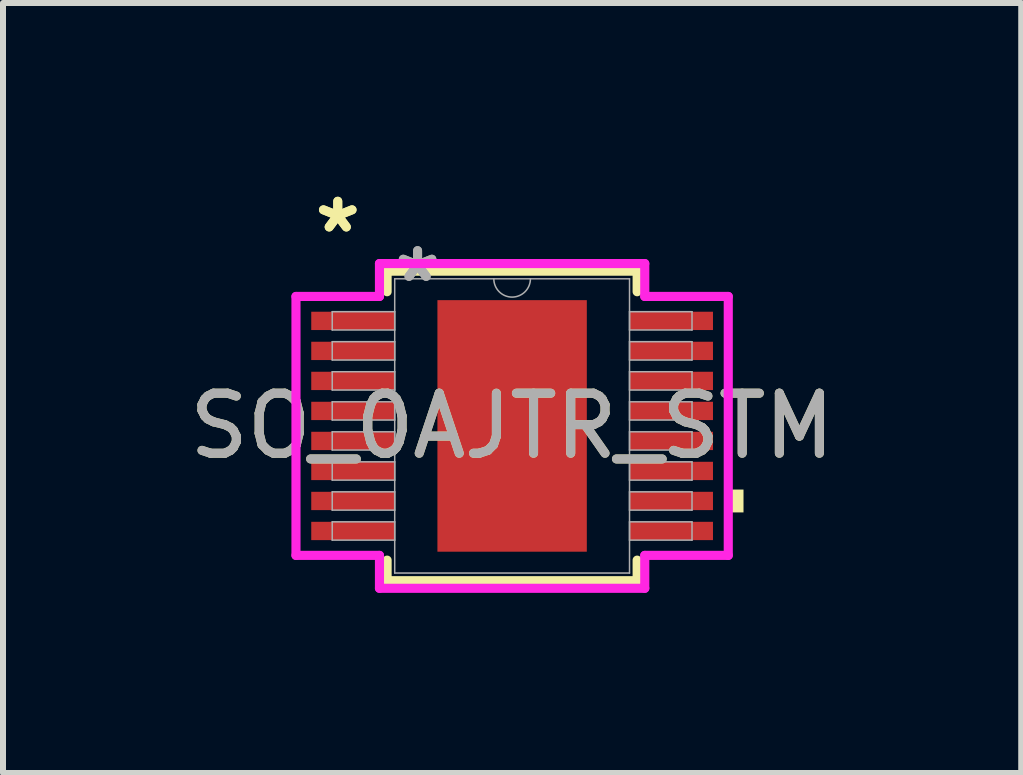
<source format=kicad_pcb>
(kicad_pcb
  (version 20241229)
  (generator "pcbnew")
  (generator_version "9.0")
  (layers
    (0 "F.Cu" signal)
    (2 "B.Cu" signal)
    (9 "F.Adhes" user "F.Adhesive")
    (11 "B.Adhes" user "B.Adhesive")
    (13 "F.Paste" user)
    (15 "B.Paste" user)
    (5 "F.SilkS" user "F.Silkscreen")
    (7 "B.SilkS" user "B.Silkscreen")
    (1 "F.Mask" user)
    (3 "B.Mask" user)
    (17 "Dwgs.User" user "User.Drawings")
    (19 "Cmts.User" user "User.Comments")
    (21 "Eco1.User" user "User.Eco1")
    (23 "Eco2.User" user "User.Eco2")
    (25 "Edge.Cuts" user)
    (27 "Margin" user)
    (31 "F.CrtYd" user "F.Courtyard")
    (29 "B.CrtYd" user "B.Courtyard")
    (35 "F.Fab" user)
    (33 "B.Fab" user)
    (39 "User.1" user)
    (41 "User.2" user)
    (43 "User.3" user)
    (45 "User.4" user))
  (footprint "SO_0AJTR_STM"
    (layer "F.Cu")
    (at 5.482 4.046)
    (property "Reference" "SO_0AJTR_STM" (at 0 0 0) (unlocked yes) (layer "F.SilkS") (effects (font (size 1 1) (thickness 0.15))))
    (attr smd)
    (fp_line (start -2.083 -2.578) (end -2.083 -2.236) (stroke (width 0.152) (type solid)) (layer "F.SilkS"))
    (fp_line (start -2.083 2.236) (end -2.083 2.578) (stroke (width 0.152) (type solid)) (layer "F.SilkS"))
    (fp_line (start -2.083 2.578) (end 2.083 2.578) (stroke (width 0.152) (type solid)) (layer "F.SilkS"))
    (fp_line (start 2.083 -2.578) (end -2.083 -2.578) (stroke (width 0.152) (type solid)) (layer "F.SilkS"))
    (fp_line (start 2.083 -2.236) (end 2.083 -2.578) (stroke (width 0.152) (type solid)) (layer "F.SilkS"))
    (fp_line (start 2.083 2.578) (end 2.083 2.236) (stroke (width 0.152) (type solid)) (layer "F.SilkS"))
    (fp_poly (pts (xy 3.855 1.06) (xy 3.855 1.441) (xy 3.601 1.441) (xy 3.601 1.06)) (stroke (width 0) (type solid)) (fill yes) (layer "F.SilkS"))
    (fp_poly (pts (xy -1.145 -1.996) (xy -1.145 -0.798) (xy 1.145 -0.798) (xy 1.145 -1.996)) (stroke (width 0) (type solid)) (fill yes) (layer "F.Paste"))
    (fp_poly (pts (xy -1.145 -0.599) (xy -1.145 0.599) (xy 1.145 0.599) (xy 1.145 -0.599)) (stroke (width 0) (type solid)) (fill yes) (layer "F.Paste"))
    (fp_poly (pts (xy -1.145 0.798) (xy -1.145 1.996) (xy 1.145 1.996) (xy 1.145 0.798)) (stroke (width 0) (type solid)) (fill yes) (layer "F.Paste"))
    (fp_line (start -3.601 -2.157) (end -2.21 -2.157) (stroke (width 0.152) (type solid)) (layer "F.CrtYd"))
    (fp_line (start -3.601 2.157) (end -3.601 -2.157) (stroke (width 0.152) (type solid)) (layer "F.CrtYd"))
    (fp_line (start -3.601 2.157) (end -2.21 2.157) (stroke (width 0.152) (type solid)) (layer "F.CrtYd"))
    (fp_line (start -2.21 -2.705) (end 2.21 -2.705) (stroke (width 0.152) (type solid)) (layer "F.CrtYd"))
    (fp_line (start -2.21 -2.157) (end -2.21 -2.705) (stroke (width 0.152) (type solid)) (layer "F.CrtYd"))
    (fp_line (start -2.21 2.705) (end -2.21 2.157) (stroke (width 0.152) (type solid)) (layer "F.CrtYd"))
    (fp_line (start 2.21 -2.705) (end 2.21 -2.157) (stroke (width 0.152) (type solid)) (layer "F.CrtYd"))
    (fp_line (start 2.21 2.157) (end 2.21 2.705) (stroke (width 0.152) (type solid)) (layer "F.CrtYd"))
    (fp_line (start 2.21 2.705) (end -2.21 2.705) (stroke (width 0.152) (type solid)) (layer "F.CrtYd"))
    (fp_line (start 3.601 -2.157) (end 2.21 -2.157) (stroke (width 0.152) (type solid)) (layer "F.CrtYd"))
    (fp_line (start 3.601 -2.157) (end 3.601 2.157) (stroke (width 0.152) (type solid)) (layer "F.CrtYd"))
    (fp_line (start 3.601 2.157) (end 2.21 2.157) (stroke (width 0.152) (type solid)) (layer "F.CrtYd"))
    (fp_line (start -2.997 -1.903) (end -2.997 -1.598) (stroke (width 0.025) (type solid)) (layer "F.Fab"))
    (fp_line (start -2.997 -1.598) (end -1.956 -1.598) (stroke (width 0.025) (type solid)) (layer "F.Fab"))
    (fp_line (start -2.997 -1.403) (end -2.997 -1.098) (stroke (width 0.025) (type solid)) (layer "F.Fab"))
    (fp_line (start -2.997 -1.098) (end -1.956 -1.098) (stroke (width 0.025) (type solid)) (layer "F.Fab"))
    (fp_line (start -2.997 -0.903) (end -2.997 -0.598) (stroke (width 0.025) (type solid)) (layer "F.Fab"))
    (fp_line (start -2.997 -0.598) (end -1.956 -0.598) (stroke (width 0.025) (type solid)) (layer "F.Fab"))
    (fp_line (start -2.997 -0.402) (end -2.997 -0.098) (stroke (width 0.025) (type solid)) (layer "F.Fab"))
    (fp_line (start -2.997 -0.098) (end -1.956 -0.098) (stroke (width 0.025) (type solid)) (layer "F.Fab"))
    (fp_line (start -2.997 0.098) (end -2.997 0.402) (stroke (width 0.025) (type solid)) (layer "F.Fab"))
    (fp_line (start -2.997 0.402) (end -1.956 0.402) (stroke (width 0.025) (type solid)) (layer "F.Fab"))
    (fp_line (start -2.997 0.598) (end -2.997 0.903) (stroke (width 0.025) (type solid)) (layer "F.Fab"))
    (fp_line (start -2.997 0.903) (end -1.956 0.903) (stroke (width 0.025) (type solid)) (layer "F.Fab"))
    (fp_line (start -2.997 1.098) (end -2.997 1.403) (stroke (width 0.025) (type solid)) (layer "F.Fab"))
    (fp_line (start -2.997 1.403) (end -1.956 1.403) (stroke (width 0.025) (type solid)) (layer "F.Fab"))
    (fp_line (start -2.997 1.598) (end -2.997 1.903) (stroke (width 0.025) (type solid)) (layer "F.Fab"))
    (fp_line (start -2.997 1.903) (end -1.956 1.903) (stroke (width 0.025) (type solid)) (layer "F.Fab"))
    (fp_line (start -1.956 -2.451) (end -1.956 2.451) (stroke (width 0.025) (type solid)) (layer "F.Fab"))
    (fp_line (start -1.956 -1.903) (end -2.997 -1.903) (stroke (width 0.025) (type solid)) (layer "F.Fab"))
    (fp_line (start -1.956 -1.598) (end -1.956 -1.903) (stroke (width 0.025) (type solid)) (layer "F.Fab"))
    (fp_line (start -1.956 -1.403) (end -2.997 -1.403) (stroke (width 0.025) (type solid)) (layer "F.Fab"))
    (fp_line (start -1.956 -1.098) (end -1.956 -1.403) (stroke (width 0.025) (type solid)) (layer "F.Fab"))
    (fp_line (start -1.956 -0.903) (end -2.997 -0.903) (stroke (width 0.025) (type solid)) (layer "F.Fab"))
    (fp_line (start -1.956 -0.598) (end -1.956 -0.903) (stroke (width 0.025) (type solid)) (layer "F.Fab"))
    (fp_line (start -1.956 -0.402) (end -2.997 -0.402) (stroke (width 0.025) (type solid)) (layer "F.Fab"))
    (fp_line (start -1.956 -0.098) (end -1.956 -0.402) (stroke (width 0.025) (type solid)) (layer "F.Fab"))
    (fp_line (start -1.956 0.098) (end -2.997 0.098) (stroke (width 0.025) (type solid)) (layer "F.Fab"))
    (fp_line (start -1.956 0.402) (end -1.956 0.098) (stroke (width 0.025) (type solid)) (layer "F.Fab"))
    (fp_line (start -1.956 0.598) (end -2.997 0.598) (stroke (width 0.025) (type solid)) (layer "F.Fab"))
    (fp_line (start -1.956 0.903) (end -1.956 0.598) (stroke (width 0.025) (type solid)) (layer "F.Fab"))
    (fp_line (start -1.956 1.098) (end -2.997 1.098) (stroke (width 0.025) (type solid)) (layer "F.Fab"))
    (fp_line (start -1.956 1.403) (end -1.956 1.098) (stroke (width 0.025) (type solid)) (layer "F.Fab"))
    (fp_line (start -1.956 1.598) (end -2.997 1.598) (stroke (width 0.025) (type solid)) (layer "F.Fab"))
    (fp_line (start -1.956 1.903) (end -1.956 1.598) (stroke (width 0.025) (type solid)) (layer "F.Fab"))
    (fp_line (start -1.956 2.451) (end 1.956 2.451) (stroke (width 0.025) (type solid)) (layer "F.Fab"))
    (fp_line (start 1.956 -2.451) (end -1.956 -2.451) (stroke (width 0.025) (type solid)) (layer "F.Fab"))
    (fp_line (start 1.956 -1.903) (end 1.956 -1.598) (stroke (width 0.025) (type solid)) (layer "F.Fab"))
    (fp_line (start 1.956 -1.598) (end 2.997 -1.598) (stroke (width 0.025) (type solid)) (layer "F.Fab"))
    (fp_line (start 1.956 -1.403) (end 1.956 -1.098) (stroke (width 0.025) (type solid)) (layer "F.Fab"))
    (fp_line (start 1.956 -1.098) (end 2.997 -1.098) (stroke (width 0.025) (type solid)) (layer "F.Fab"))
    (fp_line (start 1.956 -0.903) (end 1.956 -0.598) (stroke (width 0.025) (type solid)) (layer "F.Fab"))
    (fp_line (start 1.956 -0.598) (end 2.997 -0.598) (stroke (width 0.025) (type solid)) (layer "F.Fab"))
    (fp_line (start 1.956 -0.402) (end 1.956 -0.098) (stroke (width 0.025) (type solid)) (layer "F.Fab"))
    (fp_line (start 1.956 -0.098) (end 2.997 -0.098) (stroke (width 0.025) (type solid)) (layer "F.Fab"))
    (fp_line (start 1.956 0.098) (end 1.956 0.402) (stroke (width 0.025) (type solid)) (layer "F.Fab"))
    (fp_line (start 1.956 0.402) (end 2.997 0.402) (stroke (width 0.025) (type solid)) (layer "F.Fab"))
    (fp_line (start 1.956 0.598) (end 1.956 0.903) (stroke (width 0.025) (type solid)) (layer "F.Fab"))
    (fp_line (start 1.956 0.903) (end 2.997 0.903) (stroke (width 0.025) (type solid)) (layer "F.Fab"))
    (fp_line (start 1.956 1.098) (end 1.956 1.403) (stroke (width 0.025) (type solid)) (layer "F.Fab"))
    (fp_line (start 1.956 1.403) (end 2.997 1.403) (stroke (width 0.025) (type solid)) (layer "F.Fab"))
    (fp_line (start 1.956 1.598) (end 1.956 1.903) (stroke (width 0.025) (type solid)) (layer "F.Fab"))
    (fp_line (start 1.956 1.903) (end 2.997 1.903) (stroke (width 0.025) (type solid)) (layer "F.Fab"))
    (fp_line (start 1.956 2.451) (end 1.956 -2.451) (stroke (width 0.025) (type solid)) (layer "F.Fab"))
    (fp_line (start 2.997 -1.903) (end 1.956 -1.903) (stroke (width 0.025) (type solid)) (layer "F.Fab"))
    (fp_line (start 2.997 -1.598) (end 2.997 -1.903) (stroke (width 0.025) (type solid)) (layer "F.Fab"))
    (fp_line (start 2.997 -1.403) (end 1.956 -1.403) (stroke (width 0.025) (type solid)) (layer "F.Fab"))
    (fp_line (start 2.997 -1.098) (end 2.997 -1.403) (stroke (width 0.025) (type solid)) (layer "F.Fab"))
    (fp_line (start 2.997 -0.903) (end 1.956 -0.903) (stroke (width 0.025) (type solid)) (layer "F.Fab"))
    (fp_line (start 2.997 -0.598) (end 2.997 -0.903) (stroke (width 0.025) (type solid)) (layer "F.Fab"))
    (fp_line (start 2.997 -0.402) (end 1.956 -0.402) (stroke (width 0.025) (type solid)) (layer "F.Fab"))
    (fp_line (start 2.997 -0.098) (end 2.997 -0.402) (stroke (width 0.025) (type solid)) (layer "F.Fab"))
    (fp_line (start 2.997 0.098) (end 1.956 0.098) (stroke (width 0.025) (type solid)) (layer "F.Fab"))
    (fp_line (start 2.997 0.402) (end 2.997 0.098) (stroke (width 0.025) (type solid)) (layer "F.Fab"))
    (fp_line (start 2.997 0.598) (end 1.956 0.598) (stroke (width 0.025) (type solid)) (layer "F.Fab"))
    (fp_line (start 2.997 0.903) (end 2.997 0.598) (stroke (width 0.025) (type solid)) (layer "F.Fab"))
    (fp_line (start 2.997 1.098) (end 1.956 1.098) (stroke (width 0.025) (type solid)) (layer "F.Fab"))
    (fp_line (start 2.997 1.403) (end 2.997 1.098) (stroke (width 0.025) (type solid)) (layer "F.Fab"))
    (fp_line (start 2.997 1.598) (end 1.956 1.598) (stroke (width 0.025) (type solid)) (layer "F.Fab"))
    (fp_line (start 2.997 1.903) (end 2.997 1.598) (stroke (width 0.025) (type solid)) (layer "F.Fab"))
    (fp_arc (start 0.3048 -2.4511) (mid 0 -2.1463) (end -0.3048 -2.4511) (stroke (width 0.0254) (type solid)) (layer "F.Fab"))
    (fp_text user "*" (at -2.905 -3.198 0) (unlocked yes) (layer "F.SilkS") (effects (font (size 1 1) (thickness 0.15))))
    (fp_text user "*" (at -2.905 -3.198 0) (layer "F.SilkS") (effects (font (size 1 1) (thickness 0.15))))
    (fp_text user "${REFERENCE}" (at 0 0 0) (unlocked yes) (layer "F.Fab") (effects (font (size 1 1) (thickness 0.15))))
    (fp_text user "*" (at -1.575 -2.375 0) (unlocked yes) (layer "F.Fab") (effects (font (size 1 1) (thickness 0.15))))
    (fp_text user "*" (at -1.575 -2.375 0) (layer "F.Fab") (effects (font (size 1 1) (thickness 0.15))))
    (pad "1" smd rect (at -2.651 -1.75) (size 1.391 0.305) (layers "F.Cu" "F.Mask" "F.Paste"))
    (pad "2" smd rect (at -2.651 -1.25) (size 1.391 0.305) (layers "F.Cu" "F.Mask" "F.Paste"))
    (pad "3" smd rect (at -2.651 -0.75) (size 1.391 0.305) (layers "F.Cu" "F.Mask" "F.Paste"))
    (pad "4" smd rect (at -2.651 -0.25) (size 1.391 0.305) (layers "F.Cu" "F.Mask" "F.Paste"))
    (pad "5" smd rect (at -2.651 0.25) (size 1.391 0.305) (layers "F.Cu" "F.Mask" "F.Paste"))
    (pad "6" smd rect (at -2.651 0.75) (size 1.391 0.305) (layers "F.Cu" "F.Mask" "F.Paste"))
    (pad "7" smd rect (at -2.651 1.25) (size 1.391 0.305) (layers "F.Cu" "F.Mask" "F.Paste"))
    (pad "8" smd rect (at -2.651 1.75) (size 1.391 0.305) (layers "F.Cu" "F.Mask" "F.Paste"))
    (pad "9" smd rect (at 2.651 1.75) (size 1.391 0.305) (layers "F.Cu" "F.Mask" "F.Paste"))
    (pad "10" smd rect (at 2.651 1.25) (size 1.391 0.305) (layers "F.Cu" "F.Mask" "F.Paste"))
    (pad "11" smd rect (at 2.651 0.75) (size 1.391 0.305) (layers "F.Cu" "F.Mask" "F.Paste"))
    (pad "12" smd rect (at 2.651 0.25) (size 1.391 0.305) (layers "F.Cu" "F.Mask" "F.Paste"))
    (pad "13" smd rect (at 2.651 -0.25) (size 1.391 0.305) (layers "F.Cu" "F.Mask" "F.Paste"))
    (pad "14" smd rect (at 2.651 -0.75) (size 1.391 0.305) (layers "F.Cu" "F.Mask" "F.Paste"))
    (pad "15" smd rect (at 2.651 -1.25) (size 1.391 0.305) (layers "F.Cu" "F.Mask" "F.Paste"))
    (pad "16" smd rect (at 2.651 -1.75) (size 1.391 0.305) (layers "F.Cu" "F.Mask" "F.Paste"))
    (pad "EPAD" smd rect (at 0 0) (size 2.489 4.191) (layers "F.Cu" "F.Mask")))
  (gr_rect
    (start -3 -3)
    (end 13.964 9.828)
    (stroke (width 0.1) (type default))
    (fill no)
    (layer "Edge.Cuts")))
</source>
